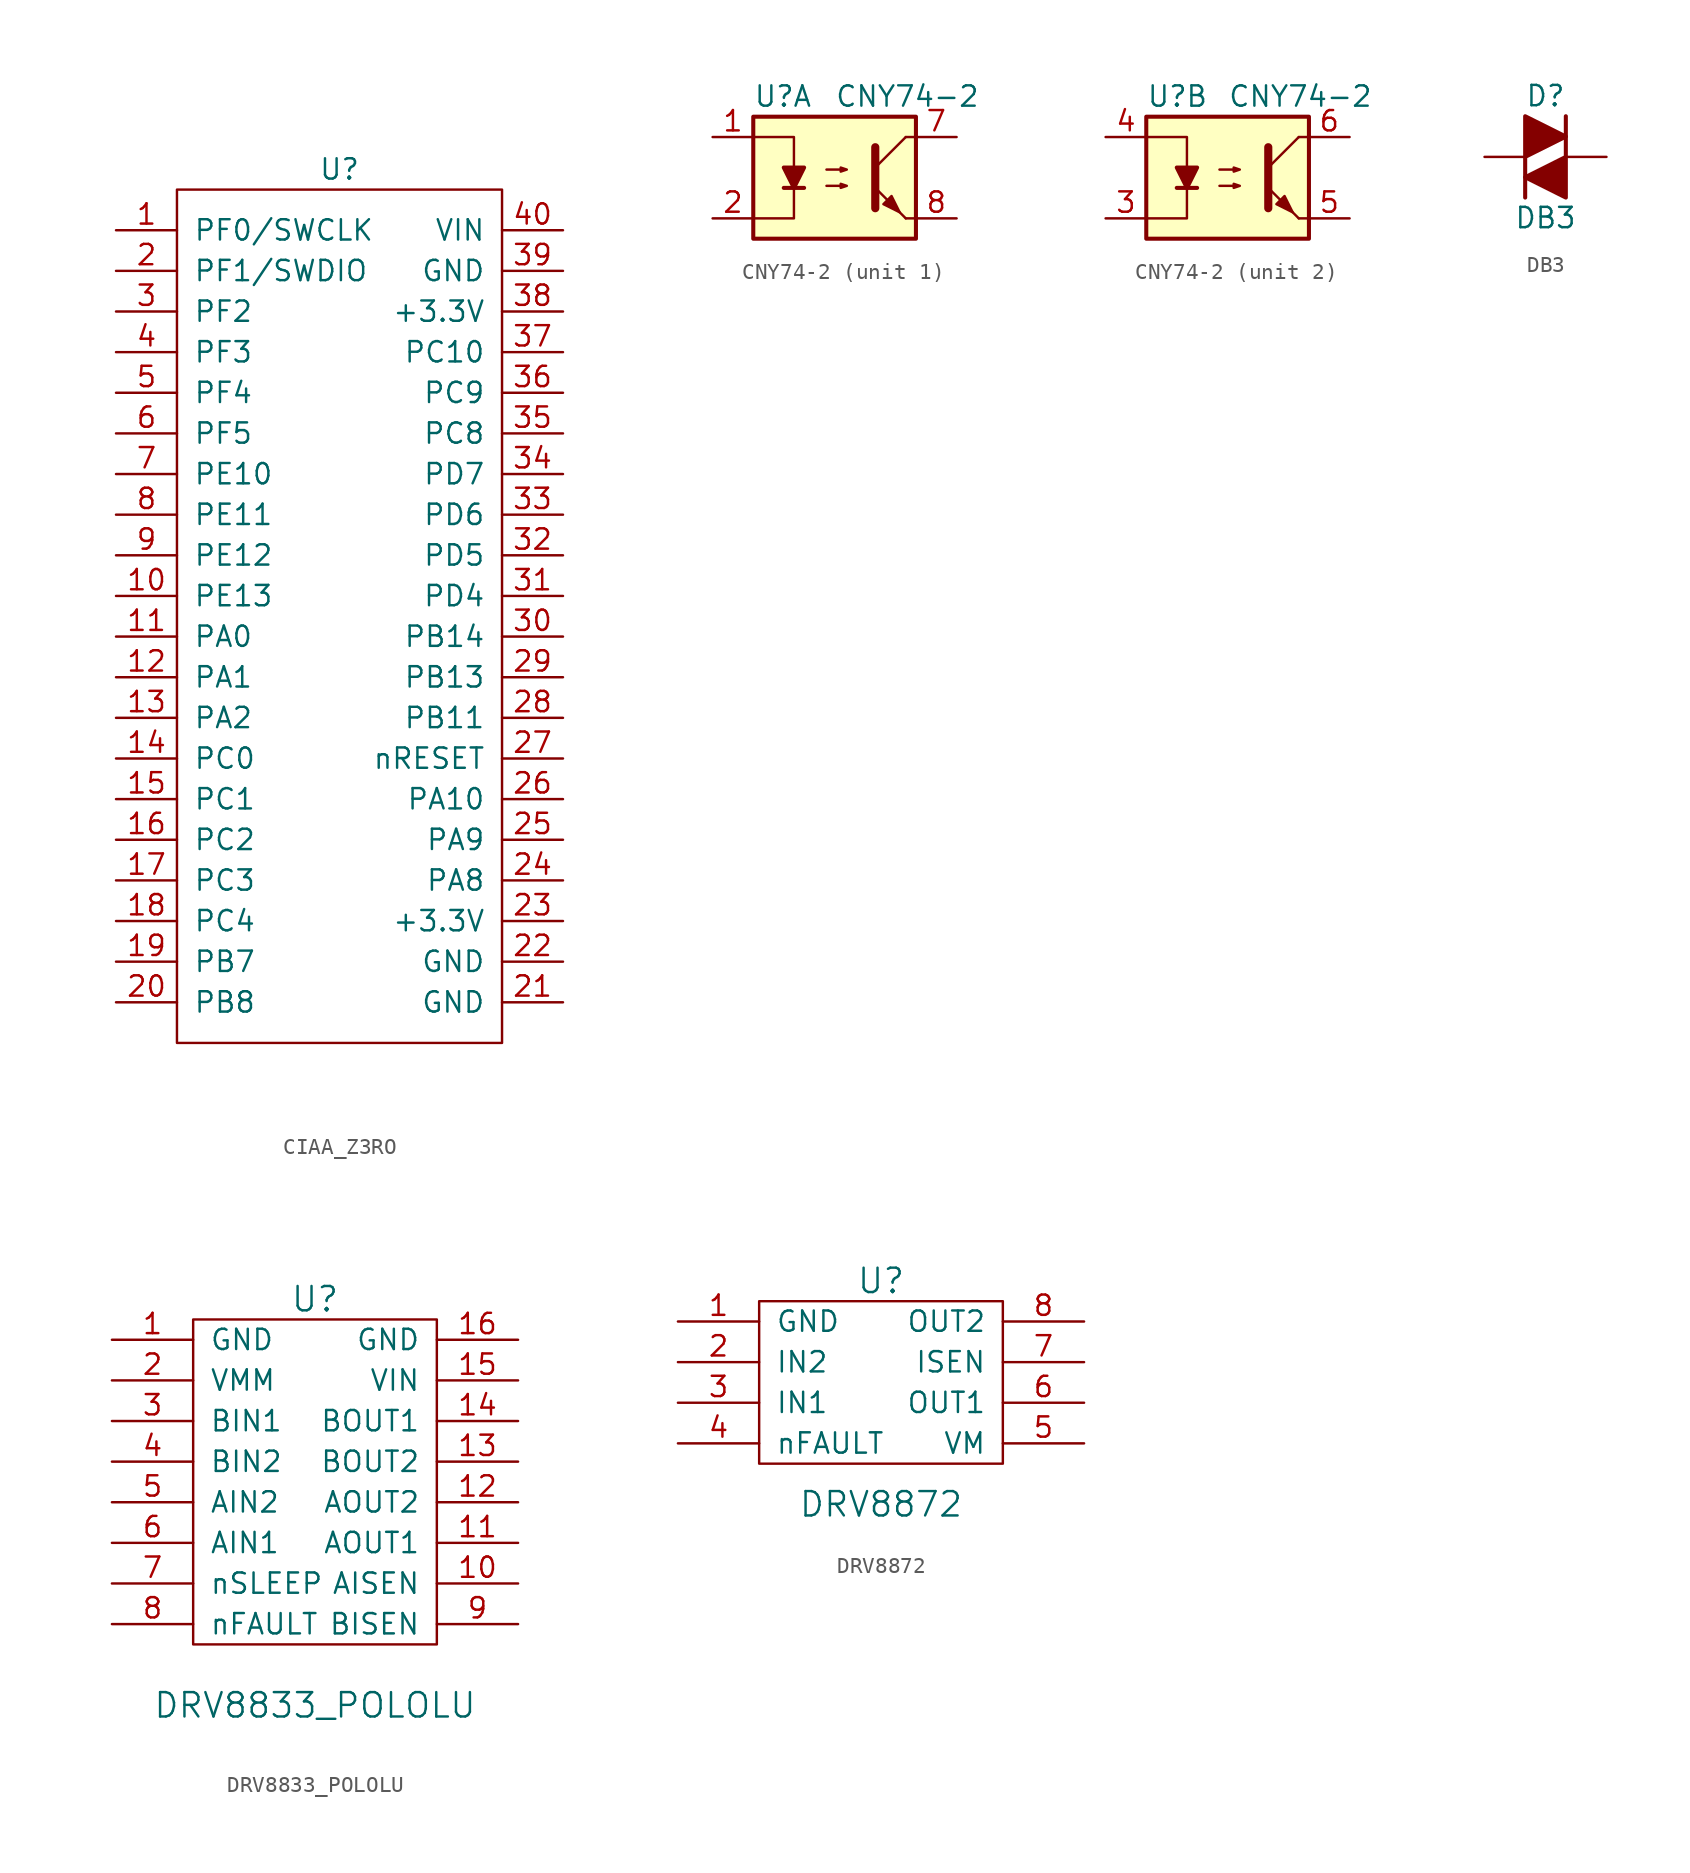
<source format=kicad_sym>
(kicad_symbol_lib
  (version 20211014)
  (generator kicad_symbol_editor)
  (symbol "CIAA_Z3RO"
    (pin_names
      (offset 1.016))
    (property "Reference" "U"
      (at 0 27.94 0)
      (effects (font (size 1.27 1.27))))
    (symbol "CIAA_Z3RO_0_1"
      (rectangle (start -10.16 -26.67) (end 10.16 26.67) (stroke (width 0) (type default) (color 0 0 0 0)) (fill (type none))))
    (symbol "CIAA_Z3RO_1_1"
      (pin passive line (at -13.97 24.13 0) (length 3.81) (name "PF0/SWCLK" (effects (font (size 1.27 1.27)))) (number "1" (effects (font (size 1.27 1.27)))))
      (pin passive line (at -13.97 1.27 0) (length 3.81) (name "PE13" (effects (font (size 1.27 1.27)))) (number "10" (effects (font (size 1.27 1.27)))))
      (pin passive line (at -13.97 -1.27 0) (length 3.81) (name "PA0" (effects (font (size 1.27 1.27)))) (number "11" (effects (font (size 1.27 1.27)))))
      (pin passive line (at -13.97 -3.81 0) (length 3.81) (name "PA1" (effects (font (size 1.27 1.27)))) (number "12" (effects (font (size 1.27 1.27)))))
      (pin passive line (at -13.97 -6.35 0) (length 3.81) (name "PA2" (effects (font (size 1.27 1.27)))) (number "13" (effects (font (size 1.27 1.27)))))
      (pin passive line (at -13.97 -8.89 0) (length 3.81) (name "PC0" (effects (font (size 1.27 1.27)))) (number "14" (effects (font (size 1.27 1.27)))))
      (pin passive line (at -13.97 -11.43 0) (length 3.81) (name "PC1" (effects (font (size 1.27 1.27)))) (number "15" (effects (font (size 1.27 1.27)))))
      (pin passive line (at -13.97 -13.97 0) (length 3.81) (name "PC2" (effects (font (size 1.27 1.27)))) (number "16" (effects (font (size 1.27 1.27)))))
      (pin passive line (at -13.97 -16.51 0) (length 3.81) (name "PC3" (effects (font (size 1.27 1.27)))) (number "17" (effects (font (size 1.27 1.27)))))
      (pin passive line (at -13.97 -19.05 0) (length 3.81) (name "PC4" (effects (font (size 1.27 1.27)))) (number "18" (effects (font (size 1.27 1.27)))))
      (pin passive line (at -13.97 -21.59 0) (length 3.81) (name "PB7" (effects (font (size 1.27 1.27)))) (number "19" (effects (font (size 1.27 1.27)))))
      (pin passive line (at -13.97 21.59 0) (length 3.81) (name "PF1/SWDIO" (effects (font (size 1.27 1.27)))) (number "2" (effects (font (size 1.27 1.27)))))
      (pin passive line (at -13.97 -24.13 0) (length 3.81) (name "PB8" (effects (font (size 1.27 1.27)))) (number "20" (effects (font (size 1.27 1.27)))))
      (pin passive line (at 13.97 -24.13 180) (length 3.81) (name "GND" (effects (font (size 1.27 1.27)))) (number "21" (effects (font (size 1.27 1.27)))))
      (pin passive line (at 13.97 -21.59 180) (length 3.81) (name "GND" (effects (font (size 1.27 1.27)))) (number "22" (effects (font (size 1.27 1.27)))))
      (pin passive line (at 13.97 -19.05 180) (length 3.81) (name "+3.3V" (effects (font (size 1.27 1.27)))) (number "23" (effects (font (size 1.27 1.27)))))
      (pin passive line (at 13.97 -16.51 180) (length 3.81) (name "PA8" (effects (font (size 1.27 1.27)))) (number "24" (effects (font (size 1.27 1.27)))))
      (pin passive line (at 13.97 -13.97 180) (length 3.81) (name "PA9" (effects (font (size 1.27 1.27)))) (number "25" (effects (font (size 1.27 1.27)))))
      (pin passive line (at 13.97 -11.43 180) (length 3.81) (name "PA10" (effects (font (size 1.27 1.27)))) (number "26" (effects (font (size 1.27 1.27)))))
      (pin passive line (at 13.97 -8.89 180) (length 3.81) (name "nRESET" (effects (font (size 1.27 1.27)))) (number "27" (effects (font (size 1.27 1.27)))))
      (pin passive line (at 13.97 -6.35 180) (length 3.81) (name "PB11" (effects (font (size 1.27 1.27)))) (number "28" (effects (font (size 1.27 1.27)))))
      (pin passive line (at 13.97 -3.81 180) (length 3.81) (name "PB13" (effects (font (size 1.27 1.27)))) (number "29" (effects (font (size 1.27 1.27)))))
      (pin passive line (at -13.97 19.05 0) (length 3.81) (name "PF2" (effects (font (size 1.27 1.27)))) (number "3" (effects (font (size 1.27 1.27)))))
      (pin passive line (at 13.97 -1.27 180) (length 3.81) (name "PB14" (effects (font (size 1.27 1.27)))) (number "30" (effects (font (size 1.27 1.27)))))
      (pin passive line (at 13.97 1.27 180) (length 3.81) (name "PD4" (effects (font (size 1.27 1.27)))) (number "31" (effects (font (size 1.27 1.27)))))
      (pin passive line (at 13.97 3.81 180) (length 3.81) (name "PD5" (effects (font (size 1.27 1.27)))) (number "32" (effects (font (size 1.27 1.27)))))
      (pin passive line (at 13.97 6.35 180) (length 3.81) (name "PD6" (effects (font (size 1.27 1.27)))) (number "33" (effects (font (size 1.27 1.27)))))
      (pin passive line (at 13.97 8.89 180) (length 3.81) (name "PD7" (effects (font (size 1.27 1.27)))) (number "34" (effects (font (size 1.27 1.27)))))
      (pin passive line (at 13.97 11.43 180) (length 3.81) (name "PC8" (effects (font (size 1.27 1.27)))) (number "35" (effects (font (size 1.27 1.27)))))
      (pin passive line (at 13.97 13.97 180) (length 3.81) (name "PC9" (effects (font (size 1.27 1.27)))) (number "36" (effects (font (size 1.27 1.27)))))
      (pin passive line (at 13.97 16.51 180) (length 3.81) (name "PC10" (effects (font (size 1.27 1.27)))) (number "37" (effects (font (size 1.27 1.27)))))
      (pin passive line (at 13.97 19.05 180) (length 3.81) (name "+3.3V" (effects (font (size 1.27 1.27)))) (number "38" (effects (font (size 1.27 1.27)))))
      (pin passive line (at 13.97 21.59 180) (length 3.81) (name "GND" (effects (font (size 1.27 1.27)))) (number "39" (effects (font (size 1.27 1.27)))))
      (pin passive line (at -13.97 16.51 0) (length 3.81) (name "PF3" (effects (font (size 1.27 1.27)))) (number "4" (effects (font (size 1.27 1.27)))))
      (pin passive line (at 13.97 24.13 180) (length 3.81) (name "VIN" (effects (font (size 1.27 1.27)))) (number "40" (effects (font (size 1.27 1.27)))))
      (pin passive line (at -13.97 13.97 0) (length 3.81) (name "PF4" (effects (font (size 1.27 1.27)))) (number "5" (effects (font (size 1.27 1.27)))))
      (pin passive line (at -13.97 11.43 0) (length 3.81) (name "PF5" (effects (font (size 1.27 1.27)))) (number "6" (effects (font (size 1.27 1.27)))))
      (pin passive line (at -13.97 8.89 0) (length 3.81) (name "PE10" (effects (font (size 1.27 1.27)))) (number "7" (effects (font (size 1.27 1.27)))))
      (pin passive line (at -13.97 6.35 0) (length 3.81) (name "PE11" (effects (font (size 1.27 1.27)))) (number "8" (effects (font (size 1.27 1.27)))))
      (pin passive line (at -13.97 3.81 0) (length 3.81) (name "PE12" (effects (font (size 1.27 1.27)))) (number "9" (effects (font (size 1.27 1.27)))))))
  (symbol "CNY74-2"
    (pin_names
      (offset 1.016))
    (property "Reference" "U"
      (at -5.08 5.08 0)
      (effects (font (size 1.27 1.27)) (justify left)))
    (property "Value" "CNY74-2"
      (at 0 5.08 0)
      (effects (font (size 1.27 1.27)) (justify left)))
    (symbol "CNY74-2_0_1"
      (rectangle (start -5.08 3.81) (end 5.08 -3.81) (stroke (width 0.254) (type default) (color 0 0 0 0)) (fill (type background)))
      (polyline (pts (xy -3.175 -0.635) (xy -1.905 -0.635)) (stroke (width 0.254) (type default) (color 0 0 0 0)) (fill (type none)))
      (polyline (pts (xy 2.54 0.635) (xy 4.445 2.54)) (stroke (width 0) (type default) (color 0 0 0 0)) (fill (type none)))
      (polyline (pts (xy 4.445 -2.54) (xy 2.54 -0.635)) (stroke (width 0) (type default) (color 0 0 0 0)) (fill (type outline)))
      (polyline (pts (xy 4.445 -2.54) (xy 5.08 -2.54)) (stroke (width 0) (type default) (color 0 0 0 0)) (fill (type none)))
      (polyline (pts (xy 4.445 2.54) (xy 5.08 2.54)) (stroke (width 0) (type default) (color 0 0 0 0)) (fill (type none)))
      (polyline (pts (xy -5.08 2.54) (xy -2.54 2.54) (xy -2.54 0.635)) (stroke (width 0) (type default) (color 0 0 0 0)) (fill (type none)))
      (polyline (pts (xy -2.54 -0.635) (xy -2.54 -2.54) (xy -5.08 -2.54)) (stroke (width 0) (type default) (color 0 0 0 0)) (fill (type none)))
      (polyline (pts (xy 2.54 1.905) (xy 2.54 -1.905) (xy 2.54 -1.905)) (stroke (width 0.508) (type default) (color 0 0 0 0)) (fill (type none)))
      (polyline (pts (xy -2.54 -0.635) (xy -3.175 0.635) (xy -1.905 0.635) (xy -2.54 -0.635)) (stroke (width 0.254) (type default) (color 0 0 0 0)) (fill (type outline)))
      (polyline (pts (xy -0.508 -0.508) (xy 0.762 -0.508) (xy 0.381 -0.635) (xy 0.381 -0.381) (xy 0.762 -0.508)) (stroke (width 0) (type default) (color 0 0 0 0)) (fill (type none)))
      (polyline (pts (xy -0.508 0.508) (xy 0.762 0.508) (xy 0.381 0.381) (xy 0.381 0.635) (xy 0.762 0.508)) (stroke (width 0) (type default) (color 0 0 0 0)) (fill (type none)))
      (polyline (pts (xy 3.048 -1.651) (xy 3.556 -1.143) (xy 4.064 -2.159) (xy 3.048 -1.651) (xy 3.048 -1.651)) (stroke (width 0) (type default) (color 0 0 0 0)) (fill (type outline))))
    (symbol "CNY74-2_1_1"
      (pin passive line (at -7.62 2.54 0) (length 2.54) (name "~" (effects (font (size 1.27 1.27)))) (number "1" (effects (font (size 1.27 1.27)))))
      (pin passive line (at -7.62 -2.54 0) (length 2.54) (name "~" (effects (font (size 1.27 1.27)))) (number "2" (effects (font (size 1.27 1.27)))))
      (pin passive line (at 7.62 2.54 180) (length 2.54) (name "~" (effects (font (size 1.27 1.27)))) (number "7" (effects (font (size 1.27 1.27)))))
      (pin passive line (at 7.62 -2.54 180) (length 2.54) (name "~" (effects (font (size 1.27 1.27)))) (number "8" (effects (font (size 1.27 1.27))))))
    (symbol "CNY74-2_2_1"
      (pin passive line (at -7.62 -2.54 0) (length 2.54) (name "~" (effects (font (size 1.27 1.27)))) (number "3" (effects (font (size 1.27 1.27)))))
      (pin passive line (at -7.62 2.54 0) (length 2.54) (name "~" (effects (font (size 1.27 1.27)))) (number "4" (effects (font (size 1.27 1.27)))))
      (pin passive line (at 7.62 -2.54 180) (length 2.54) (name "~" (effects (font (size 1.27 1.27)))) (number "5" (effects (font (size 1.27 1.27)))))
      (pin passive line (at 7.62 2.54 180) (length 2.54) (name "~" (effects (font (size 1.27 1.27)))) (number "6" (effects (font (size 1.27 1.27)))))))
  (symbol "DB3"
    (pin_numbers hide)
    (pin_names
      (offset 1.016) hide)
    (property "Reference" "D"
      (at 0 3.81 0)
      (effects (font (size 1.27 1.27))))
    (property "Value" "DB3"
      (at 0 -3.81 0)
      (effects (font (size 1.27 1.27))))
    (symbol "DB3_0_1"
      (polyline (pts (xy -1.27 -2.54) (xy -1.27 2.54) (xy 1.27 1.27) (xy -1.27 0)) (stroke (width 0.254) (type default) (color 0 0 0 0)) (fill (type outline)))
      (polyline (pts (xy 1.27 2.54) (xy 1.27 -2.54) (xy -1.27 -1.27) (xy 1.27 0)) (stroke (width 0.254) (type default) (color 0 0 0 0)) (fill (type outline))))
    (symbol "DB3_1_1"
      (pin passive line (at -3.81 0 0) (length 2.54) (name "K" (effects (font (size 1.27 1.27)))) (number "1" (effects (font (size 1.27 1.27)))))
      (pin passive line (at 3.81 0 180) (length 2.54) (name "A" (effects (font (size 1.27 1.27)))) (number "2" (effects (font (size 1.27 1.27)))))))
  (symbol "DRV8833_POLOLU"
    (pin_names
      (offset 1.016))
    (property "Reference" "U"
      (at 0 11.43 0)
      (effects (font (size 1.524 1.524))))
    (property "Value" "DRV8833_POLOLU"
      (at 0 -13.97 0)
      (effects (font (size 1.524 1.524))))
    (symbol "DRV8833_POLOLU_0_1"
      (rectangle (start -7.62 10.16) (end 7.62 -10.16) (stroke (width 0) (type default) (color 0 0 0 0)) (fill (type none))))
    (symbol "DRV8833_POLOLU_1_1"
      (pin passive line (at -12.7 8.89 0) (length 5.08) (name "GND" (effects (font (size 1.27 1.27)))) (number "1" (effects (font (size 1.27 1.27)))))
      (pin passive line (at 12.7 -6.35 180) (length 5.08) (name "AISEN" (effects (font (size 1.27 1.27)))) (number "10" (effects (font (size 1.27 1.27)))))
      (pin passive line (at 12.7 -3.81 180) (length 5.08) (name "AOUT1" (effects (font (size 1.27 1.27)))) (number "11" (effects (font (size 1.27 1.27)))))
      (pin passive line (at 12.7 -1.27 180) (length 5.08) (name "AOUT2" (effects (font (size 1.27 1.27)))) (number "12" (effects (font (size 1.27 1.27)))))
      (pin passive line (at 12.7 1.27 180) (length 5.08) (name "BOUT2" (effects (font (size 1.27 1.27)))) (number "13" (effects (font (size 1.27 1.27)))))
      (pin passive line (at 12.7 3.81 180) (length 5.08) (name "BOUT1" (effects (font (size 1.27 1.27)))) (number "14" (effects (font (size 1.27 1.27)))))
      (pin passive line (at 12.7 6.35 180) (length 5.08) (name "VIN" (effects (font (size 1.27 1.27)))) (number "15" (effects (font (size 1.27 1.27)))))
      (pin passive line (at 12.7 8.89 180) (length 5.08) (name "GND" (effects (font (size 1.27 1.27)))) (number "16" (effects (font (size 1.27 1.27)))))
      (pin passive line (at -12.7 6.35 0) (length 5.08) (name "VMM" (effects (font (size 1.27 1.27)))) (number "2" (effects (font (size 1.27 1.27)))))
      (pin passive line (at -12.7 3.81 0) (length 5.08) (name "BIN1" (effects (font (size 1.27 1.27)))) (number "3" (effects (font (size 1.27 1.27)))))
      (pin passive line (at -12.7 1.27 0) (length 5.08) (name "BIN2" (effects (font (size 1.27 1.27)))) (number "4" (effects (font (size 1.27 1.27)))))
      (pin passive line (at -12.7 -1.27 0) (length 5.08) (name "AIN2" (effects (font (size 1.27 1.27)))) (number "5" (effects (font (size 1.27 1.27)))))
      (pin passive line (at -12.7 -3.81 0) (length 5.08) (name "AIN1" (effects (font (size 1.27 1.27)))) (number "6" (effects (font (size 1.27 1.27)))))
      (pin passive line (at -12.7 -6.35 0) (length 5.08) (name "nSLEEP" (effects (font (size 1.27 1.27)))) (number "7" (effects (font (size 1.27 1.27)))))
      (pin passive line (at -12.7 -8.89 0) (length 5.08) (name "nFAULT" (effects (font (size 1.27 1.27)))) (number "8" (effects (font (size 1.27 1.27)))))
      (pin passive line (at 12.7 -8.89 180) (length 5.08) (name "BISEN" (effects (font (size 1.27 1.27)))) (number "9" (effects (font (size 1.27 1.27)))))))
  (symbol "DRV8872"
    (pin_names
      (offset 1.016))
    (property "Reference" "U"
      (at 0 6.35 0)
      (effects (font (size 1.524 1.524))))
    (property "Value" "DRV8872"
      (at 0 -7.62 0)
      (effects (font (size 1.524 1.524))))
    (symbol "DRV8872_0_1"
      (rectangle (start -7.62 5.08) (end 7.62 -5.08) (stroke (width 0) (type default) (color 0 0 0 0)) (fill (type none))))
    (symbol "DRV8872_1_1"
      (pin passive line (at -12.7 3.81 0) (length 5.08) (name "GND" (effects (font (size 1.27 1.27)))) (number "1" (effects (font (size 1.27 1.27)))))
      (pin passive line (at -12.7 1.27 0) (length 5.08) (name "IN2" (effects (font (size 1.27 1.27)))) (number "2" (effects (font (size 1.27 1.27)))))
      (pin passive line (at -12.7 -1.27 0) (length 5.08) (name "IN1" (effects (font (size 1.27 1.27)))) (number "3" (effects (font (size 1.27 1.27)))))
      (pin passive line (at -12.7 -3.81 0) (length 5.08) (name "nFAULT" (effects (font (size 1.27 1.27)))) (number "4" (effects (font (size 1.27 1.27)))))
      (pin passive line (at 12.7 -3.81 180) (length 5.08) (name "VM" (effects (font (size 1.27 1.27)))) (number "5" (effects (font (size 1.27 1.27)))))
      (pin passive line (at 12.7 -1.27 180) (length 5.08) (name "OUT1" (effects (font (size 1.27 1.27)))) (number "6" (effects (font (size 1.27 1.27)))))
      (pin passive line (at 12.7 1.27 180) (length 5.08) (name "ISEN" (effects (font (size 1.27 1.27)))) (number "7" (effects (font (size 1.27 1.27)))))
      (pin passive line (at 12.7 3.81 180) (length 5.08) (name "OUT2" (effects (font (size 1.27 1.27)))) (number "8" (effects (font (size 1.27 1.27))))))))
</source>
